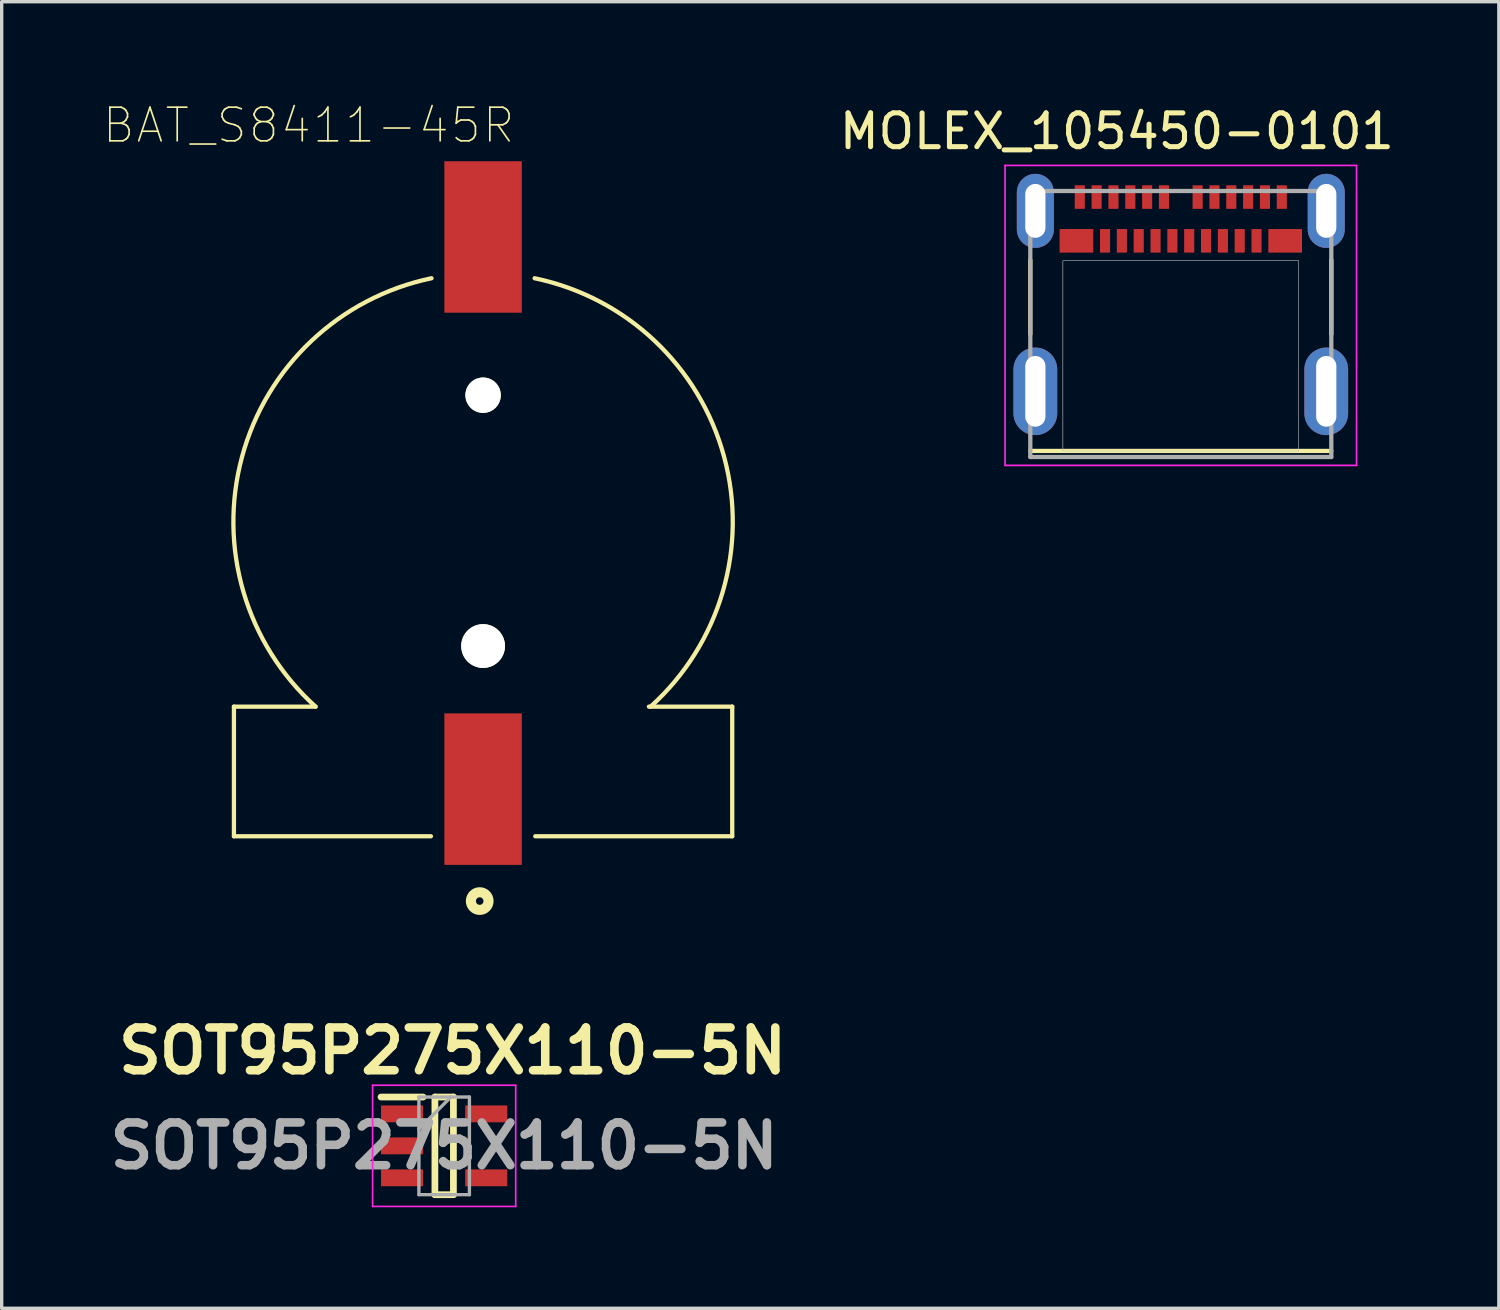
<source format=kicad_pcb>
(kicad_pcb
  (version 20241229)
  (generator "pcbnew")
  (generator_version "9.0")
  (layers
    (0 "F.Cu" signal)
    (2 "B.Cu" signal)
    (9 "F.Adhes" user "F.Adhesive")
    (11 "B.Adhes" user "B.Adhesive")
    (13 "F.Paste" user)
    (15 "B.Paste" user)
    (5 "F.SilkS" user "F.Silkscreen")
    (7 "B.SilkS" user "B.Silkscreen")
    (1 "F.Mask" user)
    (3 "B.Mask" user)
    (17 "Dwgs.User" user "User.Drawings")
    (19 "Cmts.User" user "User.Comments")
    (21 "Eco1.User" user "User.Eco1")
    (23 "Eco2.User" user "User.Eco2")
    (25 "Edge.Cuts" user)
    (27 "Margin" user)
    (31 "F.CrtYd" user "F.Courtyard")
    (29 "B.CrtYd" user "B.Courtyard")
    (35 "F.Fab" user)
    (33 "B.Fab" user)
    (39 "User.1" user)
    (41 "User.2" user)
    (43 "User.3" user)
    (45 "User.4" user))
  (footprint "BAT_S8411-45R"
    (layer "F.Cu")
    (at 11.298 12.413)
    (property "Reference" "BAT_S8411-45R" (at -5.18 -11.74 0) (layer "F.SilkS") (effects (font (size 1 1) (thickness 0.05))))
    (attr smd)
    (fp_line (start -7.4 5.525) (end -4.975 5.525) (stroke (width 0.127) (type solid)) (layer "F.SilkS"))
    (fp_line (start -7.4 9.375) (end -7.4 5.525) (stroke (width 0.127) (type solid)) (layer "F.SilkS"))
    (fp_line (start -7.4 9.375) (end -1.55 9.375) (stroke (width 0.127) (type solid)) (layer "F.SilkS"))
    (fp_line (start 4.925 5.525) (end 7.4 5.525) (stroke (width 0.127) (type solid)) (layer "F.SilkS"))
    (fp_line (start 7.4 5.525) (end 7.4 9.375) (stroke (width 0.127) (type solid)) (layer "F.SilkS"))
    (fp_line (start 7.4 9.375) (end 1.55 9.375) (stroke (width 0.127) (type solid)) (layer "F.SilkS"))
    (fp_arc (start -4.975 5.525) (mid -7.159341 -1.89406) (end -1.531314 -7.19869) (stroke (width 0.127) (type solid)) (layer "F.SilkS"))
    (fp_arc (start 1.531314 -7.19869) (mid 7.159342 -1.89406) (end 4.975 5.525) (stroke (width 0.127) (type solid)) (layer "F.SilkS"))
    (fp_circle (center -0.1 11.3) (end 0.012 11.3) (stroke (width 0.3) (type solid)) (fill no) (layer "F.SilkS"))
    (fp_line (start -7.4 5.525) (end -4.975 5.525) (stroke (width 0.127) (type solid)) (layer "Eco2.User"))
    (fp_line (start -7.4 8.5) (end -7.4 5.525) (stroke (width 0.127) (type solid)) (layer "Eco2.User"))
    (fp_line (start -7.4 9.375) (end -7.4 8.5) (stroke (width 0.127) (type solid)) (layer "Eco2.User"))
    (fp_line (start 4.925 5.525) (end 7.4 5.525) (stroke (width 0.127) (type solid)) (layer "Eco2.User"))
    (fp_line (start 7.4 5.525) (end 7.4 8.5) (stroke (width 0.127) (type solid)) (layer "Eco2.User"))
    (fp_line (start 7.4 8.5) (end 7.4 9.375) (stroke (width 0.127) (type solid)) (layer "Eco2.User"))
    (fp_circle (center -0.1 11.3) (end 0.012 11.3) (stroke (width 0.3) (type solid)) (fill no) (layer "Eco2.User"))
    (pad "" np_thru_hole circle (at 0 -3.725) (size 1.05 1.05) (drill 1.05) (layers "*.Cu" "*.Mask" "F.SilkS"))
    (pad "" np_thru_hole circle (at 0 3.725) (size 1.3 1.3) (drill 1.3) (layers "*.Cu" "*.Mask" "F.SilkS"))
    (pad "N" smd rect (at 0 -8.425 90) (size 4.5 2.3) (layers "F.Cu" "F.Mask" "F.Paste"))
    (pad "P" smd rect (at 0 7.975 90) (size 4.5 2.3) (layers "F.Cu" "F.Mask" "F.Paste")))
  (footprint "SOT95P275X110-5N"
    (layer "F.Cu")
    (at 10.142 30.983)
    (property "Reference" "SOT95P275X110-5N" (at 0.25 -2.82 0) (layer "F.SilkS") (effects (font (size 1.27 1.27) (thickness 0.254))))
    (attr smd)
    (fp_line (start -1.875 -1.45) (end -0.625 -1.45) (stroke (width 0.2) (type solid)) (layer "F.SilkS"))
    (fp_line (start -0.275 -1.45) (end 0.275 -1.45) (stroke (width 0.2) (type solid)) (layer "F.SilkS"))
    (fp_line (start -0.275 1.45) (end -0.275 -1.45) (stroke (width 0.2) (type solid)) (layer "F.SilkS"))
    (fp_line (start 0.275 -1.45) (end 0.275 1.45) (stroke (width 0.2) (type solid)) (layer "F.SilkS"))
    (fp_line (start 0.275 1.45) (end -0.275 1.45) (stroke (width 0.2) (type solid)) (layer "F.SilkS"))
    (fp_line (start -2.125 -1.8) (end 2.125 -1.8) (stroke (width 0.05) (type solid)) (layer "F.CrtYd"))
    (fp_line (start -2.125 1.8) (end -2.125 -1.8) (stroke (width 0.05) (type solid)) (layer "F.CrtYd"))
    (fp_line (start 2.125 -1.8) (end 2.125 1.8) (stroke (width 0.05) (type solid)) (layer "F.CrtYd"))
    (fp_line (start 2.125 1.8) (end -2.125 1.8) (stroke (width 0.05) (type solid)) (layer "F.CrtYd"))
    (fp_line (start -0.75 -1.45) (end 0.75 -1.45) (stroke (width 0.1) (type solid)) (layer "F.Fab"))
    (fp_line (start -0.75 -0.5) (end 0.2 -1.45) (stroke (width 0.1) (type solid)) (layer "F.Fab"))
    (fp_line (start -0.75 1.45) (end -0.75 -1.45) (stroke (width 0.1) (type solid)) (layer "F.Fab"))
    (fp_line (start 0.75 -1.45) (end 0.75 1.45) (stroke (width 0.1) (type solid)) (layer "F.Fab"))
    (fp_line (start 0.75 1.45) (end -0.75 1.45) (stroke (width 0.1) (type solid)) (layer "F.Fab"))
    (fp_text user "${REFERENCE}" (at 0 0 0) (layer "F.Fab") (effects (font (size 1.27 1.27) (thickness 0.254))))
    (pad "1" smd rect (at -1.25 -0.95 90) (size 0.5 1.25) (layers "F.Cu" "F.Mask" "F.Paste"))
    (pad "2" smd rect (at -1.25 0 90) (size 0.5 1.25) (layers "F.Cu" "F.Mask" "F.Paste"))
    (pad "3" smd rect (at -1.25 0.95 90) (size 0.5 1.25) (layers "F.Cu" "F.Mask" "F.Paste"))
    (pad "4" smd rect (at 1.25 0.95 90) (size 0.5 1.25) (layers "F.Cu" "F.Mask" "F.Paste"))
    (pad "5" smd rect (at 1.25 -0.95 90) (size 0.5 1.25) (layers "F.Cu" "F.Mask" "F.Paste")))
  (footprint "MOLEX_105450-0101"
    (layer "F.Cu")
    (at 32.021 6.573)
    (property "Reference" "MOLEX_105450-0101" (at -1.899 -5.723 0) (layer "F.SilkS") (effects (font (size 1.004 1.004) (thickness 0.15))))
    (attr through_hole)
    (fp_line (start -4.47 0.3) (end -4.47 -1.9) (stroke (width 0.127) (type solid)) (layer "F.SilkS"))
    (fp_line (start -4.47 3.77) (end 4.47 3.77) (stroke (width 0.127) (type solid)) (layer "F.SilkS"))
    (fp_line (start 4.47 0.3) (end 4.47 -1.9) (stroke (width 0.127) (type solid)) (layer "F.SilkS"))
    (fp_poly (pts (xy -3.502 -1.88) (xy 3.5 -1.88) (xy 3.5 3.773) (xy -3.502 3.773)) (stroke (width 0.01) (type solid)) (fill no) (layer "Dwgs.User"))
    (fp_poly (pts (xy -3.501 -1.88) (xy 3.5 -1.88) (xy 3.5 3.771) (xy -3.501 3.771)) (stroke (width 0.01) (type solid)) (fill no) (layer "Dwgs.User"))
    (fp_line (start -5.22 -4.71) (end 5.22 -4.71) (stroke (width 0.05) (type solid)) (layer "F.CrtYd"))
    (fp_line (start -5.22 4.2) (end -5.22 -4.71) (stroke (width 0.05) (type solid)) (layer "F.CrtYd"))
    (fp_line (start 5.22 -4.71) (end 5.22 4.2) (stroke (width 0.05) (type solid)) (layer "F.CrtYd"))
    (fp_line (start 5.22 4.2) (end -5.22 4.2) (stroke (width 0.05) (type solid)) (layer "F.CrtYd"))
    (fp_line (start -4.47 -3.95) (end -4.47 3.95) (stroke (width 0.127) (type solid)) (layer "F.Fab"))
    (fp_line (start -4.47 3.95) (end 4.47 3.95) (stroke (width 0.127) (type solid)) (layer "F.Fab"))
    (fp_line (start 4.47 -3.95) (end -4.47 -3.95) (stroke (width 0.127) (type solid)) (layer "F.Fab"))
    (fp_line (start 4.47 3.95) (end 4.47 -3.95) (stroke (width 0.127) (type solid)) (layer "F.Fab"))
    (pad "A1" smd rect (at -3 -3.77) (size 0.3 0.7) (layers "F.Cu" "F.Mask" "F.Paste"))
    (pad "A2" smd rect (at -2.5 -3.77) (size 0.3 0.7) (layers "F.Cu" "F.Mask" "F.Paste"))
    (pad "A3" smd rect (at -2 -3.77) (size 0.3 0.7) (layers "F.Cu" "F.Mask" "F.Paste"))
    (pad "A4" smd rect (at -1.5 -3.77) (size 0.3 0.7) (layers "F.Cu" "F.Mask" "F.Paste"))
    (pad "A5" smd rect (at -1 -3.77) (size 0.3 0.7) (layers "F.Cu" "F.Mask" "F.Paste"))
    (pad "A6" smd rect (at -0.5 -3.77) (size 0.3 0.7) (layers "F.Cu" "F.Mask" "F.Paste"))
    (pad "A7" smd rect (at 0.5 -3.77) (size 0.3 0.7) (layers "F.Cu" "F.Mask" "F.Paste"))
    (pad "A8" smd rect (at 1 -3.77) (size 0.3 0.7) (layers "F.Cu" "F.Mask" "F.Paste"))
    (pad "A9" smd rect (at 1.5 -3.77) (size 0.3 0.7) (layers "F.Cu" "F.Mask" "F.Paste"))
    (pad "A10" smd rect (at 2 -3.77) (size 0.3 0.7) (layers "F.Cu" "F.Mask" "F.Paste"))
    (pad "A11" smd rect (at 2.5 -3.77) (size 0.3 0.7) (layers "F.Cu" "F.Mask" "F.Paste"))
    (pad "A12" smd rect (at 3 -3.77) (size 0.3 0.7) (layers "F.Cu" "F.Mask" "F.Paste"))
    (pad "B1" smd rect (at 3.1 -2.47) (size 1 0.7) (layers "F.Cu" "F.Mask" "F.Paste"))
    (pad "B2" smd rect (at 2.25 -2.47) (size 0.3 0.7) (layers "F.Cu" "F.Mask" "F.Paste"))
    (pad "B3" smd rect (at 1.75 -2.47) (size 0.3 0.7) (layers "F.Cu" "F.Mask" "F.Paste"))
    (pad "B4" smd rect (at 1.25 -2.47) (size 0.3 0.7) (layers "F.Cu" "F.Mask" "F.Paste"))
    (pad "B5" smd rect (at 0.75 -2.47) (size 0.3 0.7) (layers "F.Cu" "F.Mask" "F.Paste"))
    (pad "B6" smd rect (at 0.25 -2.47) (size 0.3 0.7) (layers "F.Cu" "F.Mask" "F.Paste"))
    (pad "B7" smd rect (at -0.25 -2.47) (size 0.3 0.7) (layers "F.Cu" "F.Mask" "F.Paste"))
    (pad "B8" smd rect (at -0.75 -2.47) (size 0.3 0.7) (layers "F.Cu" "F.Mask" "F.Paste"))
    (pad "B9" smd rect (at -1.25 -2.47) (size 0.3 0.7) (layers "F.Cu" "F.Mask" "F.Paste"))
    (pad "B10" smd rect (at -1.75 -2.47) (size 0.3 0.7) (layers "F.Cu" "F.Mask" "F.Paste"))
    (pad "B11" smd rect (at -2.25 -2.47) (size 0.3 0.7) (layers "F.Cu" "F.Mask" "F.Paste"))
    (pad "B12" smd rect (at -3.1 -2.47) (size 1 0.7) (layers "F.Cu" "F.Mask" "F.Paste"))
    (pad "S1" thru_hole oval (at -4.32 -3.36) (size 1.1 2.2) (drill oval 0.6 1.6) (layers "*.Cu" "*.Mask"))
    (pad "S2" thru_hole oval (at 4.32 -3.36) (size 1.1 2.2) (drill oval 0.6 1.6) (layers "*.Cu" "*.Mask"))
    (pad "S3" thru_hole oval (at -4.32 2) (size 1.3 2.6) (drill oval 0.6 2.1) (layers "*.Cu" "*.Mask"))
    (pad "S4" thru_hole oval (at 4.32 2) (size 1.3 2.6) (drill oval 0.6 2.1) (layers "*.Cu" "*.Mask")))
  (gr_rect
    (start -3 -3)
    (end 41.467 35.808)
    (stroke (width 0.1) (type default))
    (fill no)
    (layer "Edge.Cuts")))
</source>
